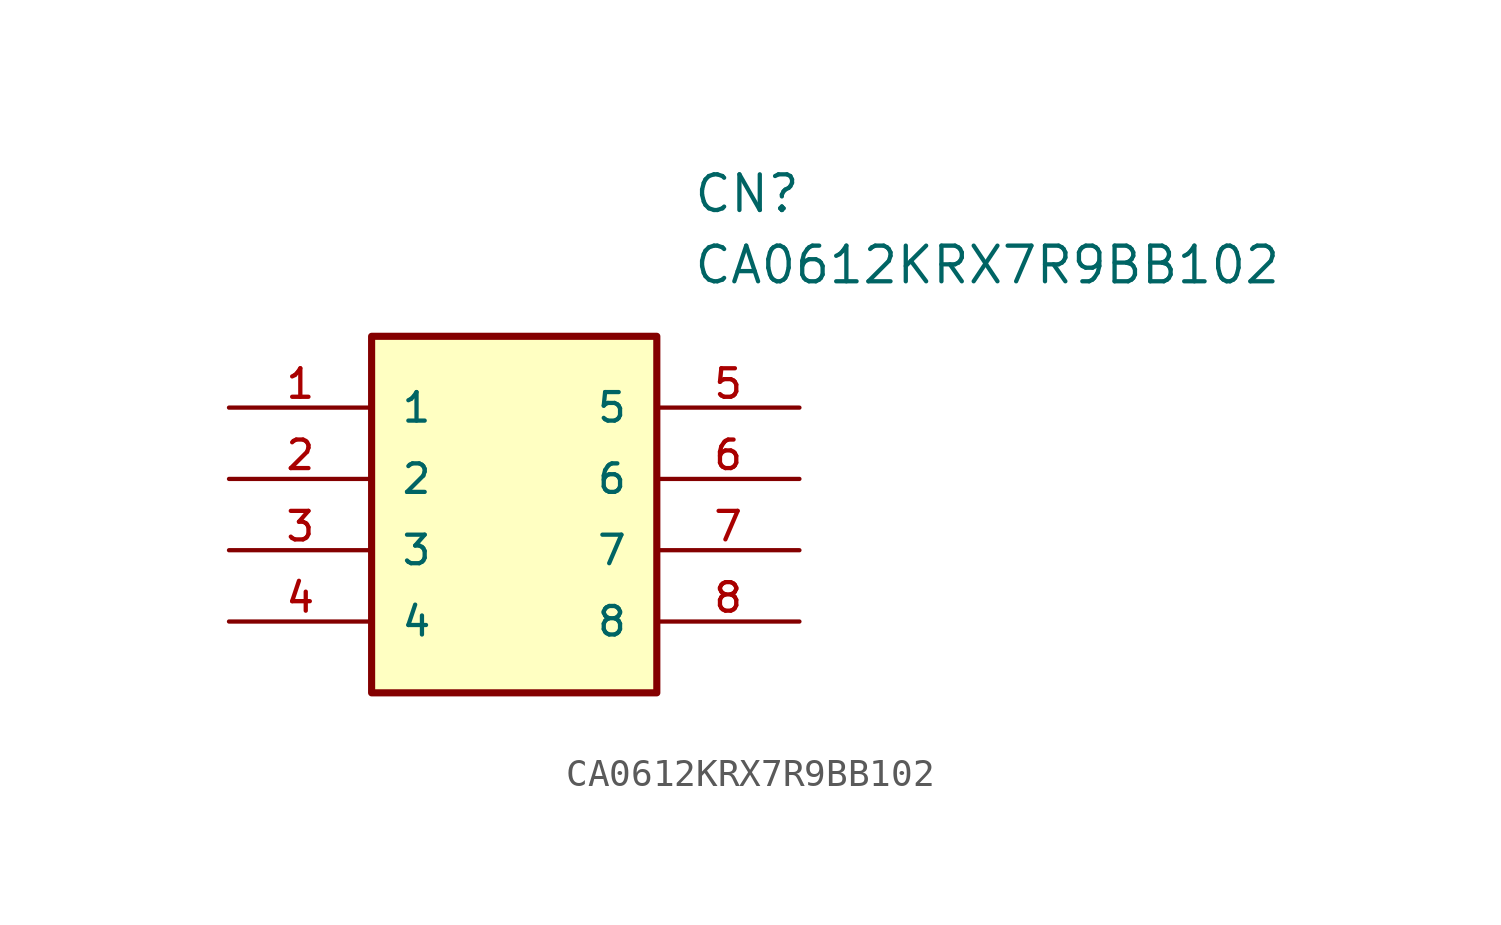
<source format=kicad_sym>
(kicad_symbol_lib
  (version 20211014)
  (generator kicad_symbol_editor)
  (symbol "CA0612KRX7R9BB102"
    (pin_names
      (offset 1.016))
    (property "Reference" "CN"
      (at 16.51 7.62 0)
      (effects (font (size 1.27 1.27)) (justify left)))
    (property "Value" "CA0612KRX7R9BB102"
      (at 16.51 5.08 0)
      (effects (font (size 1.27 1.27)) (justify left)))
    (symbol "CA0612KRX7R9BB102_0_0"
      (rectangle (start 5.08 -10.16) (end 15.24 2.54) (stroke (width 0.254)) (fill (type background)))
      (pin bidirectional line (at 0.0 0.0 0) (length 5.08) (name "1" (effects (font (size 1.016 1.016)))) (number "1" (effects (font (size 1.016 1.016)))))
      (pin bidirectional line (at 0.0 -2.54 0) (length 5.08) (name "2" (effects (font (size 1.016 1.016)))) (number "2" (effects (font (size 1.016 1.016)))))
      (pin bidirectional line (at 0.0 -5.08 0) (length 5.08) (name "3" (effects (font (size 1.016 1.016)))) (number "3" (effects (font (size 1.016 1.016)))))
      (pin bidirectional line (at 0.0 -7.62 0) (length 5.08) (name "4" (effects (font (size 1.016 1.016)))) (number "4" (effects (font (size 1.016 1.016)))))
      (pin bidirectional line (at 20.32 0.0 180.0) (length 5.08) (name "5" (effects (font (size 1.016 1.016)))) (number "5" (effects (font (size 1.016 1.016)))))
      (pin bidirectional line (at 20.32 -2.54 180.0) (length 5.08) (name "6" (effects (font (size 1.016 1.016)))) (number "6" (effects (font (size 1.016 1.016)))))
      (pin bidirectional line (at 20.32 -5.08 180.0) (length 5.08) (name "7" (effects (font (size 1.016 1.016)))) (number "7" (effects (font (size 1.016 1.016)))))
      (pin bidirectional line (at 20.32 -7.62 180.0) (length 5.08) (name "8" (effects (font (size 1.016 1.016)))) (number "8" (effects (font (size 1.016 1.016))))))))
</source>
